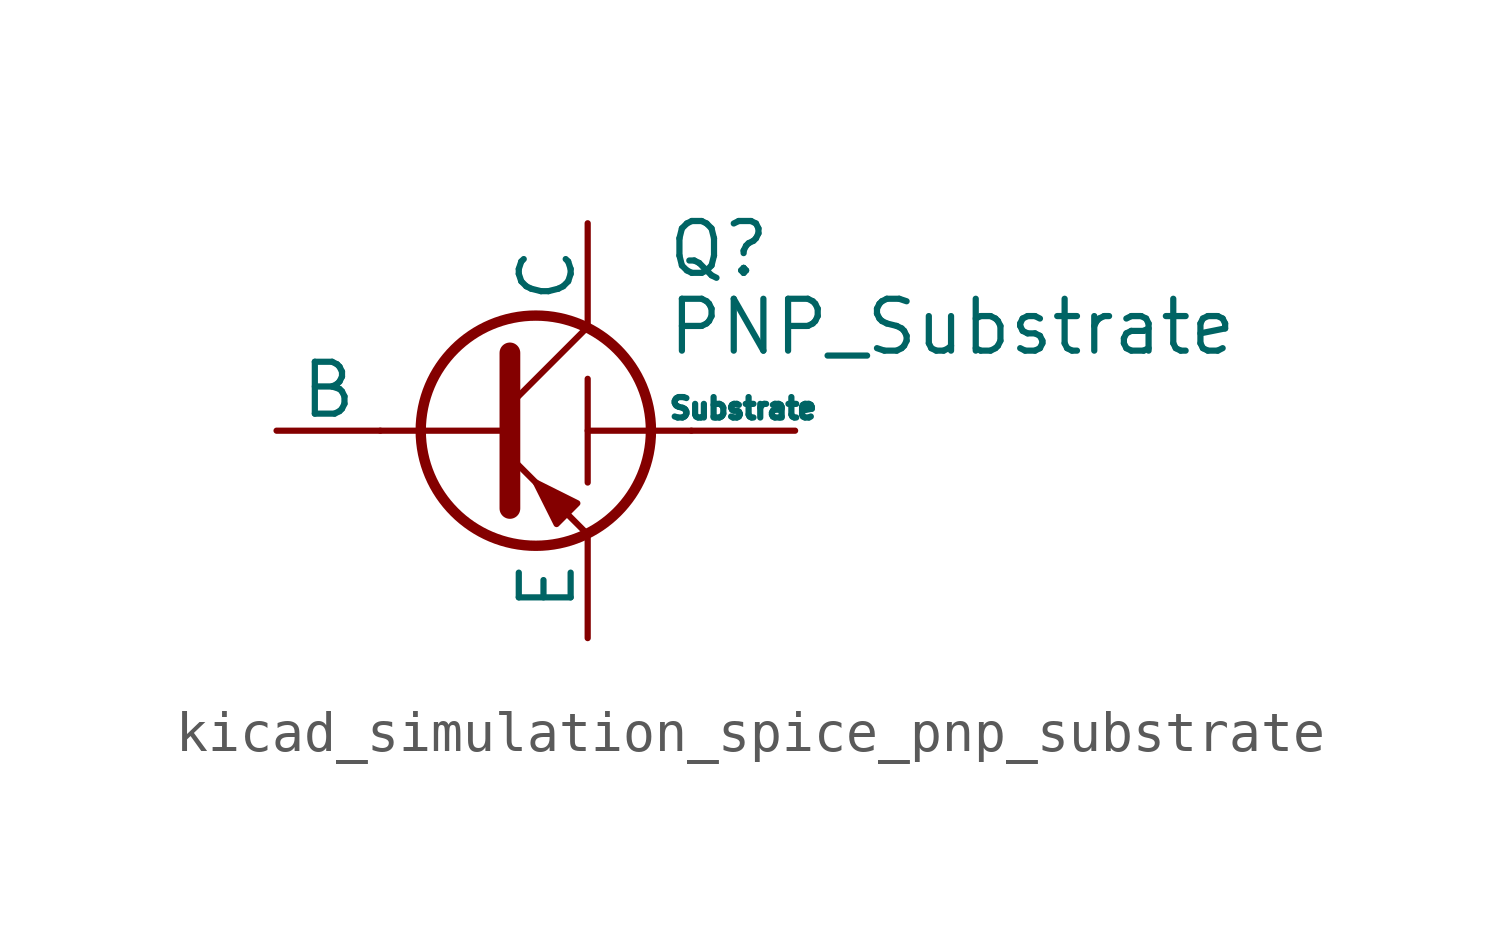
<source format=kicad_sym>
(kicad_symbol_lib
  (version 20220914)
  (generator kicad_symbol_editor)
  (symbol "kicad_simulation_spice_pnp_substrate"
    (pin_numbers hide)
    (pin_names
      (offset 0))
    (property "Reference" "Q"
      (at 4.445 4.445 0)
      (effects (font (size 1.27 1.27)) (justify left)))
    (property "Value" "PNP_Substrate"
      (at 4.445 2.54 0)
      (effects (font (size 1.27 1.27)) (justify left)))
    (symbol "kicad_simulation_spice_pnp_substrate_0_1"
      (polyline (pts (xy -2.54 0) (xy 0.635 0)) (stroke (width 0.152) (type default)) (fill (type none)))
      (polyline (pts (xy 0.635 0.635) (xy 2.54 2.54)) (stroke (width 0) (type default)) (fill (type none)))
      (polyline (pts (xy 2.54 0) (xy 5.08 0)) (stroke (width 0.152) (type default)) (fill (type none)))
      (polyline (pts (xy 0.635 -0.635) (xy 2.54 -2.54) (xy 2.54 -2.54)) (stroke (width 0) (type default)) (fill (type none)))
      (polyline (pts (xy 0.635 1.905) (xy 0.635 -1.905) (xy 0.635 -1.905)) (stroke (width 0.508) (type default)) (fill (type none)))
      (polyline (pts (xy 2.54 0) (xy 2.54 1.27) (xy 2.54 0) (xy 2.54 -1.27)) (stroke (width 0.152) (type default)) (fill (type none)))
      (polyline (pts (xy 2.286 -1.778) (xy 1.778 -2.286) (xy 1.27 -1.27) (xy 2.286 -1.778) (xy 2.286 -1.778)) (stroke (width 0) (type default)) (fill (type outline)))
      (circle (center 1.27 0) (radius 2.819) (stroke (width 0.254) (type default)) (fill (type none))))
    (symbol "kicad_simulation_spice_pnp_substrate_1_1"
      (pin open_collector line (at 2.54 5.08 270) (length 2.54) (name "C" (effects (font (size 1.27 1.27)))) (number "1" (effects (font (size 1.27 1.27)))))
      (pin input line (at -5.08 0 0) (length 2.54) (name "B" (effects (font (size 1.27 1.27)))) (number "2" (effects (font (size 1.27 1.27)))))
      (pin open_emitter line (at 2.54 -5.08 90) (length 2.54) (name "E" (effects (font (size 1.27 1.27)))) (number "3" (effects (font (size 1.27 1.27)))))
      (pin passive line (at 7.62 0 180) (length 2.54) (name "Substrate" (effects (font (size 0.5 0.5)))) (number "4" (effects (font (size 1.27 1.27))))))))
</source>
